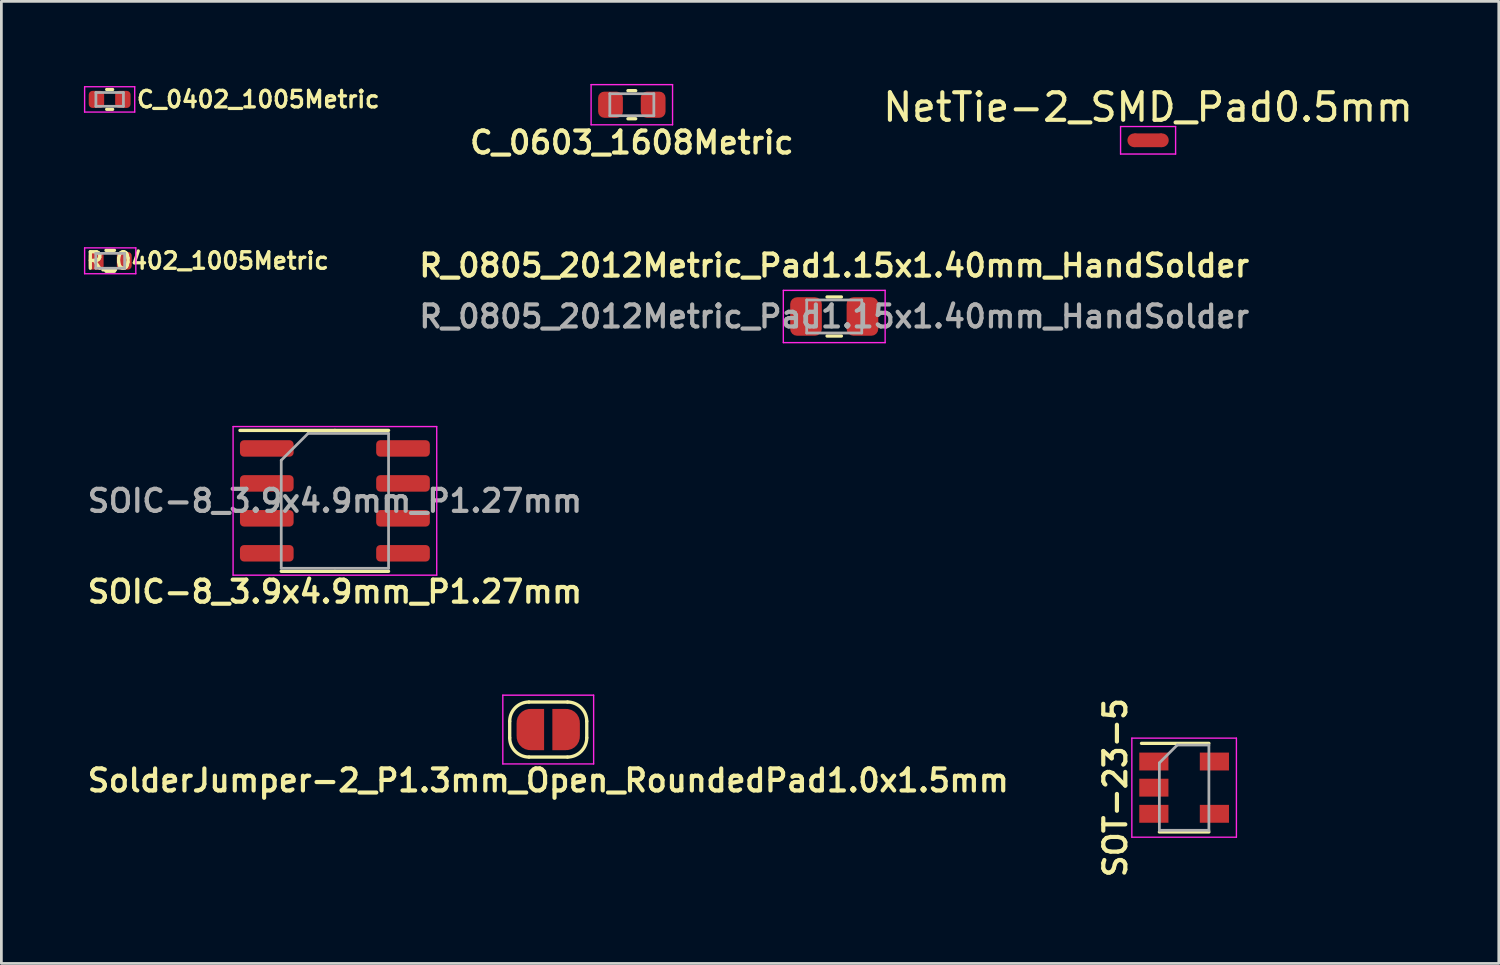
<source format=kicad_pcb>
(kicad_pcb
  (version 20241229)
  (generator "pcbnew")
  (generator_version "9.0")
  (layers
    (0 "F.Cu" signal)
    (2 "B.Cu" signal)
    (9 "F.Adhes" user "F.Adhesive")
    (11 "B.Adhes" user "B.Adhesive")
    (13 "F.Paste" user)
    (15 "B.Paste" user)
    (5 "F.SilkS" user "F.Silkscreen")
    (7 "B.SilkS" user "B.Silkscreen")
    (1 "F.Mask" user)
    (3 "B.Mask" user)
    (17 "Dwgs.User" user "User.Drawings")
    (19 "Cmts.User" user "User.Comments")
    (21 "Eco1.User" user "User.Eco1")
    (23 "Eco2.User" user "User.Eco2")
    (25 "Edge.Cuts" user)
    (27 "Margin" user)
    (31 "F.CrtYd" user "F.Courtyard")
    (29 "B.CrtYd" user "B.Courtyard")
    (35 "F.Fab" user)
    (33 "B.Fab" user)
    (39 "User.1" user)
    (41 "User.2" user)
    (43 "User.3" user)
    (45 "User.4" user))
  (footprint "C_0603_1608Metric"
    (layer "F.Cu")
    (at 19.91 0.755)
    (property "Reference" "C_0603_1608Metric" (at 0 1.375 0) (layer "F.SilkS") (effects (font (size 0.8 0.8) (thickness 0.152))))
    (attr smd)
    (fp_line (start -0.141 -0.51) (end 0.141 -0.51) (stroke (width 0.12) (type solid)) (layer "F.SilkS"))
    (fp_line (start -0.141 0.51) (end 0.141 0.51) (stroke (width 0.12) (type solid)) (layer "F.SilkS"))
    (fp_line (start -1.48 -0.73) (end 1.48 -0.73) (stroke (width 0.05) (type solid)) (layer "F.CrtYd"))
    (fp_line (start -1.48 0.73) (end -1.48 -0.73) (stroke (width 0.05) (type solid)) (layer "F.CrtYd"))
    (fp_line (start 1.48 -0.73) (end 1.48 0.73) (stroke (width 0.05) (type solid)) (layer "F.CrtYd"))
    (fp_line (start 1.48 0.73) (end -1.48 0.73) (stroke (width 0.05) (type solid)) (layer "F.CrtYd"))
    (fp_line (start -0.8 -0.4) (end 0.8 -0.4) (stroke (width 0.1) (type solid)) (layer "F.Fab"))
    (fp_line (start -0.8 0.4) (end -0.8 -0.4) (stroke (width 0.1) (type solid)) (layer "F.Fab"))
    (fp_line (start 0.8 -0.4) (end 0.8 0.4) (stroke (width 0.1) (type solid)) (layer "F.Fab"))
    (fp_line (start 0.8 0.4) (end -0.8 0.4) (stroke (width 0.1) (type solid)) (layer "F.Fab"))
    (pad "1" smd roundrect (at -0.775 0) (size 0.9 0.95) (layers "F.Cu" "F.Mask" "F.Paste") (roundrect_rratio 0.25))
    (pad "2" smd roundrect (at 0.775 0) (size 0.9 0.95) (layers "F.Cu" "F.Mask" "F.Paste") (roundrect_rratio 0.25)))
  (footprint "C_0402_1005Metric"
    (layer "F.Cu")
    (at 0.935 0.562)
    (property "Reference" "C_0402_1005Metric" (at 0.92 0 180) (layer "F.SilkS") (effects (font (size 0.6 0.6) (thickness 0.12)) (justify left)))
    (attr smd)
    (fp_line (start -0.108 -0.36) (end 0.108 -0.36) (stroke (width 0.12) (type solid)) (layer "F.SilkS"))
    (fp_line (start -0.108 0.36) (end 0.108 0.36) (stroke (width 0.12) (type solid)) (layer "F.SilkS"))
    (fp_line (start -0.91 -0.46) (end 0.91 -0.46) (stroke (width 0.05) (type solid)) (layer "F.CrtYd"))
    (fp_line (start -0.91 0.46) (end -0.91 -0.46) (stroke (width 0.05) (type solid)) (layer "F.CrtYd"))
    (fp_line (start 0.91 -0.46) (end 0.91 0.46) (stroke (width 0.05) (type solid)) (layer "F.CrtYd"))
    (fp_line (start 0.91 0.46) (end -0.91 0.46) (stroke (width 0.05) (type solid)) (layer "F.CrtYd"))
    (fp_line (start -0.5 -0.25) (end 0.5 -0.25) (stroke (width 0.1) (type solid)) (layer "F.Fab"))
    (fp_line (start -0.5 0.25) (end -0.5 -0.25) (stroke (width 0.1) (type solid)) (layer "F.Fab"))
    (fp_line (start 0.5 -0.25) (end 0.5 0.25) (stroke (width 0.1) (type solid)) (layer "F.Fab"))
    (fp_line (start 0.5 0.25) (end -0.5 0.25) (stroke (width 0.1) (type solid)) (layer "F.Fab"))
    (pad "1" smd roundrect (at -0.48 0) (size 0.56 0.62) (layers "F.Cu" "F.Mask" "F.Paste") (roundrect_rratio 0.25))
    (pad "2" smd roundrect (at 0.48 0) (size 0.56 0.62) (layers "F.Cu" "F.Mask" "F.Paste") (roundrect_rratio 0.25)))
  (footprint "SolderJumper-2_P1.3mm_Open_RoundedPad1.0x1.5mm"
    (layer "F.Cu")
    (at 16.872 23.461)
    (property "Reference" "SolderJumper-2_P1.3mm_Open_RoundedPad1.0x1.5mm" (at 0 1.85 180) (layer "F.SilkS") (effects (font (size 0.8 0.8) (thickness 0.152))))
    (attr exclude_from_pos_files exclude_from_bom)
    (fp_line (start -1.4 0.3) (end -1.4 -0.3) (stroke (width 0.12) (type solid)) (layer "F.SilkS"))
    (fp_line (start -0.7 -1) (end 0.7 -1) (stroke (width 0.12) (type solid)) (layer "F.SilkS"))
    (fp_line (start 0.7 1) (end -0.7 1) (stroke (width 0.12) (type solid)) (layer "F.SilkS"))
    (fp_line (start 1.4 -0.3) (end 1.4 0.3) (stroke (width 0.12) (type solid)) (layer "F.SilkS"))
    (fp_arc (start -1.4 -0.3) (mid -1.194975 -0.794975) (end -0.7 -1) (stroke (width 0.12) (type solid)) (layer "F.SilkS"))
    (fp_arc (start -0.7 1) (mid -1.194975 0.794975) (end -1.4 0.3) (stroke (width 0.12) (type solid)) (layer "F.SilkS"))
    (fp_arc (start 0.7 -1) (mid 1.194975 -0.794975) (end 1.4 -0.3) (stroke (width 0.12) (type solid)) (layer "F.SilkS"))
    (fp_arc (start 1.4 0.3) (mid 1.194975 0.794975) (end 0.7 1) (stroke (width 0.12) (type solid)) (layer "F.SilkS"))
    (fp_line (start -1.65 -1.25) (end -1.65 1.25) (stroke (width 0.05) (type solid)) (layer "F.CrtYd"))
    (fp_line (start -1.65 -1.25) (end 1.65 -1.25) (stroke (width 0.05) (type solid)) (layer "F.CrtYd"))
    (fp_line (start 1.65 1.25) (end -1.65 1.25) (stroke (width 0.05) (type solid)) (layer "F.CrtYd"))
    (fp_line (start 1.65 1.25) (end 1.65 -1.25) (stroke (width 0.05) (type solid)) (layer "F.CrtYd"))
    (pad "1" smd custom (at -0.65 0) (size 1 0.5) (layers "F.Cu" "F.Mask") (options (anchor rect)) (primitives (gr_circle (center 0 0.25) (end 0.5 0.25) (width 0) (fill yes)) (gr_circle (center 0 -0.25) (end 0.5 -0.25) (width 0) (fill yes)) (gr_poly (pts (xy 0 -0.75) (xy 0.5 -0.75) (xy 0.5 0.75) (xy 0 0.75)) (width 0) (fill yes))))
    (pad "2" smd custom (at 0.65 0) (size 1 0.5) (layers "F.Cu" "F.Mask") (options (anchor rect)) (primitives (gr_circle (center 0 0.25) (end 0.5 0.25) (width 0) (fill yes)) (gr_circle (center 0 -0.25) (end 0.5 -0.25) (width 0) (fill yes)) (gr_poly (pts (xy 0 -0.75) (xy -0.5 -0.75) (xy -0.5 0.75) (xy 0 0.75)) (width 0) (fill yes)))))
  (footprint "SOT-23-5"
    (layer "F.Cu")
    (at 39.98 25.573)
    (property "Reference" "SOT-23-5" (at -2.5 0 90) (layer "F.SilkS") (effects (font (size 0.8 0.8) (thickness 0.152))))
    (attr smd)
    (fp_line (start -0.9 1.61) (end 0.9 1.61) (stroke (width 0.12) (type solid)) (layer "F.SilkS"))
    (fp_line (start 0.9 -1.61) (end -1.55 -1.61) (stroke (width 0.12) (type solid)) (layer "F.SilkS"))
    (fp_line (start -1.9 -1.8) (end 1.9 -1.8) (stroke (width 0.05) (type solid)) (layer "F.CrtYd"))
    (fp_line (start -1.9 1.8) (end -1.9 -1.8) (stroke (width 0.05) (type solid)) (layer "F.CrtYd"))
    (fp_line (start 1.9 -1.8) (end 1.9 1.8) (stroke (width 0.05) (type solid)) (layer "F.CrtYd"))
    (fp_line (start 1.9 1.8) (end -1.9 1.8) (stroke (width 0.05) (type solid)) (layer "F.CrtYd"))
    (fp_line (start -0.9 -0.9) (end -0.9 1.55) (stroke (width 0.1) (type solid)) (layer "F.Fab"))
    (fp_line (start -0.9 -0.9) (end -0.25 -1.55) (stroke (width 0.1) (type solid)) (layer "F.Fab"))
    (fp_line (start 0.9 -1.55) (end -0.25 -1.55) (stroke (width 0.1) (type solid)) (layer "F.Fab"))
    (fp_line (start 0.9 -1.55) (end 0.9 1.55) (stroke (width 0.1) (type solid)) (layer "F.Fab"))
    (fp_line (start 0.9 1.55) (end -0.9 1.55) (stroke (width 0.1) (type solid)) (layer "F.Fab"))
    (pad "1" smd rect (at -1.1 -0.95) (size 1.06 0.65) (layers "F.Cu" "F.Mask" "F.Paste"))
    (pad "2" smd rect (at -1.1 0) (size 1.06 0.65) (layers "F.Cu" "F.Mask" "F.Paste"))
    (pad "3" smd rect (at -1.1 0.95) (size 1.06 0.65) (layers "F.Cu" "F.Mask" "F.Paste"))
    (pad "4" smd rect (at 1.1 0.95) (size 1.06 0.65) (layers "F.Cu" "F.Mask" "F.Paste"))
    (pad "5" smd rect (at 1.1 -0.95) (size 1.06 0.65) (layers "F.Cu" "F.Mask" "F.Paste")))
  (footprint "R_0402_1005Metric"
    (layer "F.Cu")
    (at 0.955 6.427)
    (property "Reference" "R_0402_1005Metric" (at -0.945 0 180) (layer "F.SilkS") (effects (font (size 0.6 0.6) (thickness 0.12)) (justify left)))
    (attr smd)
    (fp_line (start -0.154 -0.38) (end 0.154 -0.38) (stroke (width 0.12) (type solid)) (layer "F.SilkS"))
    (fp_line (start -0.154 0.38) (end 0.154 0.38) (stroke (width 0.12) (type solid)) (layer "F.SilkS"))
    (fp_line (start -0.93 -0.47) (end 0.93 -0.47) (stroke (width 0.05) (type solid)) (layer "F.CrtYd"))
    (fp_line (start -0.93 0.47) (end -0.93 -0.47) (stroke (width 0.05) (type solid)) (layer "F.CrtYd"))
    (fp_line (start 0.93 -0.47) (end 0.93 0.47) (stroke (width 0.05) (type solid)) (layer "F.CrtYd"))
    (fp_line (start 0.93 0.47) (end -0.93 0.47) (stroke (width 0.05) (type solid)) (layer "F.CrtYd"))
    (fp_line (start -0.525 -0.27) (end 0.525 -0.27) (stroke (width 0.1) (type solid)) (layer "F.Fab"))
    (fp_line (start -0.525 0.27) (end -0.525 -0.27) (stroke (width 0.1) (type solid)) (layer "F.Fab"))
    (fp_line (start 0.525 -0.27) (end 0.525 0.27) (stroke (width 0.1) (type solid)) (layer "F.Fab"))
    (fp_line (start 0.525 0.27) (end -0.525 0.27) (stroke (width 0.1) (type solid)) (layer "F.Fab"))
    (pad "1" smd roundrect (at -0.51 0) (size 0.54 0.64) (layers "F.Cu" "F.Mask" "F.Paste") (roundrect_rratio 0.25))
    (pad "2" smd roundrect (at 0.51 0) (size 0.54 0.64) (layers "F.Cu" "F.Mask" "F.Paste") (roundrect_rratio 0.25)))
  (footprint "NetTie-2_SMD_Pad0.5mm"
    (layer "F.Cu")
    (at 38.67 2.048)
    (property "Reference" "NetTie-2_SMD_Pad0.5mm" (at 0 -1.2 0) (layer "F.SilkS") (effects (font (size 1 1) (thickness 0.15))))
    (attr exclude_from_pos_files exclude_from_bom)
    (fp_poly (pts (xy -0.5 -0.25) (xy 0.5 -0.25) (xy 0.5 0.25) (xy -0.5 0.25)) (stroke (width 0) (type solid)) (fill yes) (layer "F.Cu"))
    (fp_line (start -1 -0.5) (end -1 0.5) (stroke (width 0.05) (type solid)) (layer "F.CrtYd"))
    (fp_line (start -1 0.5) (end 1 0.5) (stroke (width 0.05) (type solid)) (layer "F.CrtYd"))
    (fp_line (start 1 -0.5) (end -1 -0.5) (stroke (width 0.05) (type solid)) (layer "F.CrtYd"))
    (fp_line (start 1 0.5) (end 1 -0.5) (stroke (width 0.05) (type solid)) (layer "F.CrtYd"))
    (pad "1" smd circle (at -0.5 0) (size 0.5 0.5) (layers "F.Cu"))
    (pad "2" smd circle (at 0.5 0) (size 0.5 0.5) (layers "F.Cu")))
  (footprint "R_0805_2012Metric_Pad1.15x1.40mm_HandSolder"
    (layer "F.Cu")
    (at 27.265 8.451)
    (property "Reference" "R_0805_2012Metric_Pad1.15x1.40mm_HandSolder" (at 0 -1.85 180) (layer "F.SilkS") (effects (font (size 0.8 0.8) (thickness 0.152))))
    (attr smd)
    (fp_line (start -0.261 -0.71) (end 0.261 -0.71) (stroke (width 0.12) (type solid)) (layer "F.SilkS"))
    (fp_line (start -0.261 0.71) (end 0.261 0.71) (stroke (width 0.12) (type solid)) (layer "F.SilkS"))
    (fp_line (start -1.85 -0.95) (end 1.85 -0.95) (stroke (width 0.05) (type solid)) (layer "F.CrtYd"))
    (fp_line (start -1.85 0.95) (end -1.85 -0.95) (stroke (width 0.05) (type solid)) (layer "F.CrtYd"))
    (fp_line (start 1.85 -0.95) (end 1.85 0.95) (stroke (width 0.05) (type solid)) (layer "F.CrtYd"))
    (fp_line (start 1.85 0.95) (end -1.85 0.95) (stroke (width 0.05) (type solid)) (layer "F.CrtYd"))
    (fp_line (start -1 -0.6) (end 1 -0.6) (stroke (width 0.1) (type solid)) (layer "F.Fab"))
    (fp_line (start -1 0.6) (end -1 -0.6) (stroke (width 0.1) (type solid)) (layer "F.Fab"))
    (fp_line (start 1 -0.6) (end 1 0.6) (stroke (width 0.1) (type solid)) (layer "F.Fab"))
    (fp_line (start 1 0.6) (end -1 0.6) (stroke (width 0.1) (type solid)) (layer "F.Fab"))
    (fp_text user "${REFERENCE}" (at 0 0 0) (layer "F.Fab") (effects (font (size 0.8 0.8) (thickness 0.152))))
    (pad "1" smd roundrect (at -1.025 0) (size 1.15 1.4) (layers "F.Cu" "F.Mask" "F.Paste") (roundrect_rratio 0.217))
    (pad "2" smd roundrect (at 1.025 0) (size 1.15 1.4) (layers "F.Cu" "F.Mask" "F.Paste") (roundrect_rratio 0.217)))
  (footprint "SOIC-8_3.9x4.9mm_P1.27mm"
    (layer "F.Cu")
    (at 9.12 15.151)
    (property "Reference" "SOIC-8_3.9x4.9mm_P1.27mm" (at 0 3.3 180) (layer "F.SilkS") (effects (font (size 0.8 0.8) (thickness 0.152))))
    (attr smd)
    (fp_line (start 0 -2.56) (end -3.45 -2.56) (stroke (width 0.12) (type solid)) (layer "F.SilkS"))
    (fp_line (start 0 -2.56) (end 1.95 -2.56) (stroke (width 0.12) (type solid)) (layer "F.SilkS"))
    (fp_line (start 0 2.56) (end -1.95 2.56) (stroke (width 0.12) (type solid)) (layer "F.SilkS"))
    (fp_line (start 0 2.56) (end 1.95 2.56) (stroke (width 0.12) (type solid)) (layer "F.SilkS"))
    (fp_line (start -3.7 -2.7) (end -3.7 2.7) (stroke (width 0.05) (type solid)) (layer "F.CrtYd"))
    (fp_line (start -3.7 2.7) (end 3.7 2.7) (stroke (width 0.05) (type solid)) (layer "F.CrtYd"))
    (fp_line (start 3.7 -2.7) (end -3.7 -2.7) (stroke (width 0.05) (type solid)) (layer "F.CrtYd"))
    (fp_line (start 3.7 2.7) (end 3.7 -2.7) (stroke (width 0.05) (type solid)) (layer "F.CrtYd"))
    (fp_line (start -1.95 -1.475) (end -0.975 -2.45) (stroke (width 0.1) (type solid)) (layer "F.Fab"))
    (fp_line (start -1.95 2.45) (end -1.95 -1.475) (stroke (width 0.1) (type solid)) (layer "F.Fab"))
    (fp_line (start -0.975 -2.45) (end 1.95 -2.45) (stroke (width 0.1) (type solid)) (layer "F.Fab"))
    (fp_line (start 1.95 -2.45) (end 1.95 2.45) (stroke (width 0.1) (type solid)) (layer "F.Fab"))
    (fp_line (start 1.95 2.45) (end -1.95 2.45) (stroke (width 0.1) (type solid)) (layer "F.Fab"))
    (fp_text user "${REFERENCE}" (at 0 0 180) (layer "F.Fab") (effects (font (size 0.8 0.8) (thickness 0.152))))
    (pad "1" smd roundrect (at -2.475 -1.905) (size 1.95 0.6) (layers "F.Cu" "F.Mask" "F.Paste") (roundrect_rratio 0.25))
    (pad "2" smd roundrect (at -2.475 -0.635) (size 1.95 0.6) (layers "F.Cu" "F.Mask" "F.Paste") (roundrect_rratio 0.25))
    (pad "3" smd roundrect (at -2.475 0.635) (size 1.95 0.6) (layers "F.Cu" "F.Mask" "F.Paste") (roundrect_rratio 0.25))
    (pad "4" smd roundrect (at -2.475 1.905) (size 1.95 0.6) (layers "F.Cu" "F.Mask" "F.Paste") (roundrect_rratio 0.25))
    (pad "5" smd roundrect (at 2.475 1.905) (size 1.95 0.6) (layers "F.Cu" "F.Mask" "F.Paste") (roundrect_rratio 0.25))
    (pad "6" smd roundrect (at 2.475 0.635) (size 1.95 0.6) (layers "F.Cu" "F.Mask" "F.Paste") (roundrect_rratio 0.25))
    (pad "7" smd roundrect (at 2.475 -0.635) (size 1.95 0.6) (layers "F.Cu" "F.Mask" "F.Paste") (roundrect_rratio 0.25))
    (pad "8" smd roundrect (at 2.475 -1.905) (size 1.95 0.6) (layers "F.Cu" "F.Mask" "F.Paste") (roundrect_rratio 0.25)))
  (gr_rect
    (start -3 -3)
    (end 51.414 31.96)
    (stroke (width 0.1) (type default))
    (fill no)
    (layer "Edge.Cuts")))
</source>
